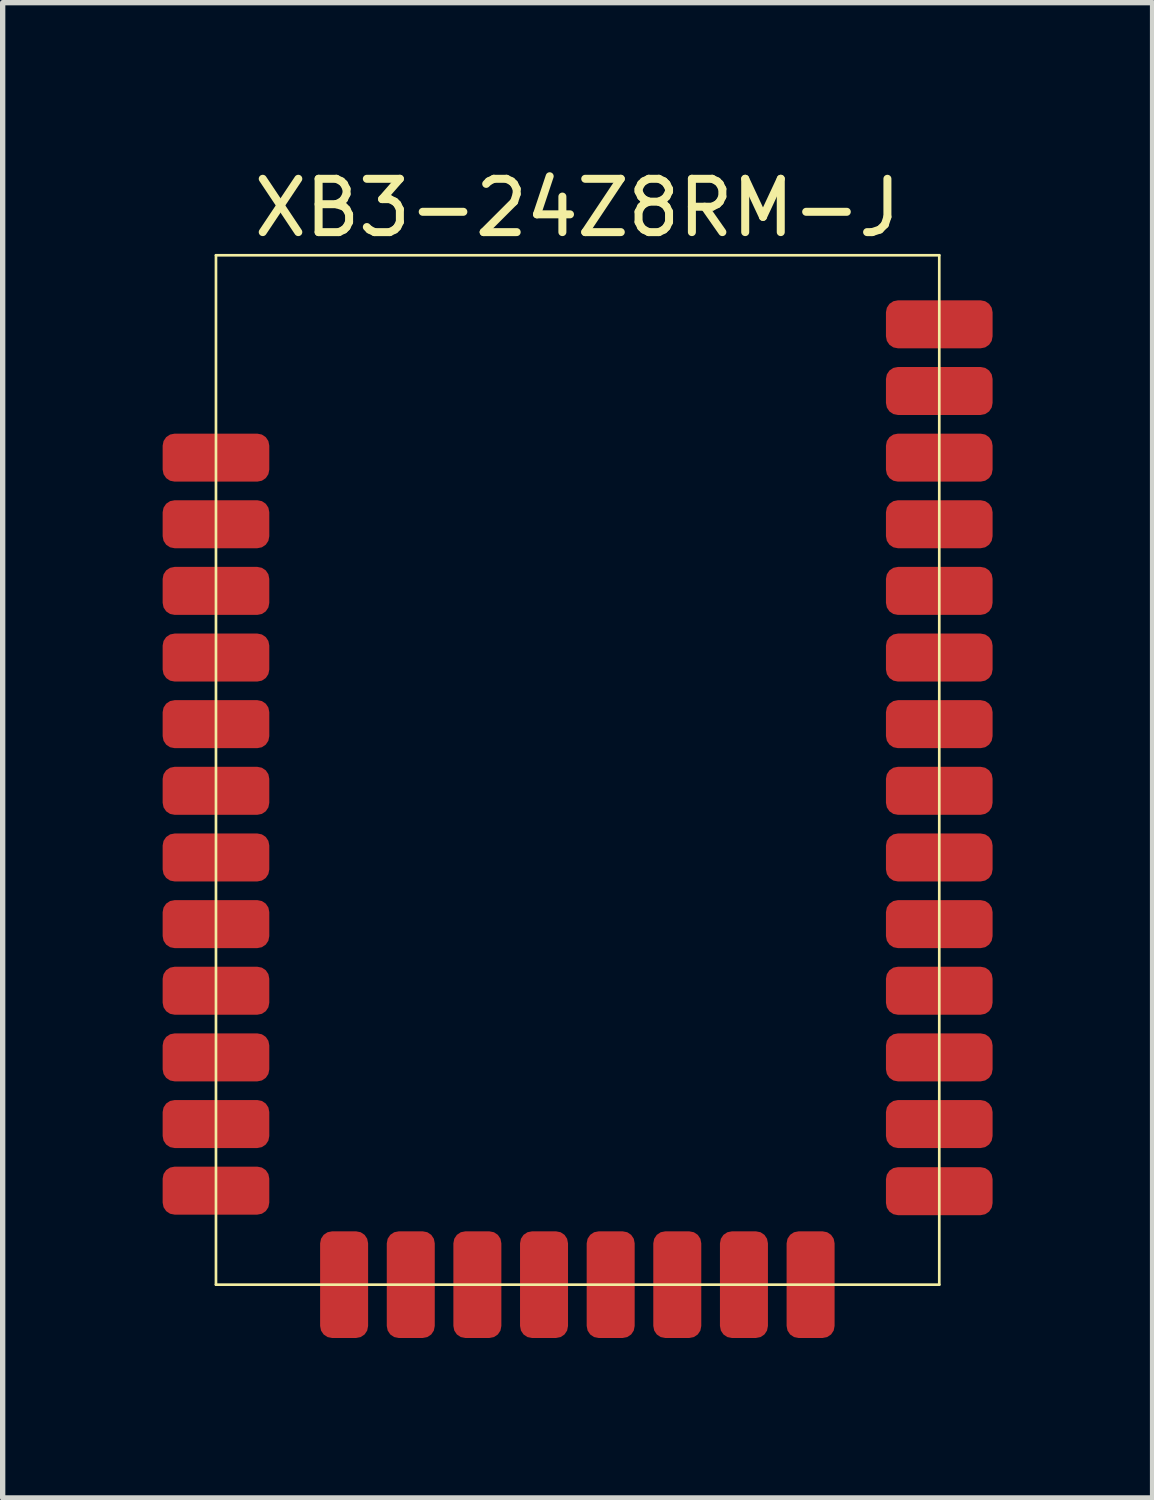
<source format=kicad_pcb>
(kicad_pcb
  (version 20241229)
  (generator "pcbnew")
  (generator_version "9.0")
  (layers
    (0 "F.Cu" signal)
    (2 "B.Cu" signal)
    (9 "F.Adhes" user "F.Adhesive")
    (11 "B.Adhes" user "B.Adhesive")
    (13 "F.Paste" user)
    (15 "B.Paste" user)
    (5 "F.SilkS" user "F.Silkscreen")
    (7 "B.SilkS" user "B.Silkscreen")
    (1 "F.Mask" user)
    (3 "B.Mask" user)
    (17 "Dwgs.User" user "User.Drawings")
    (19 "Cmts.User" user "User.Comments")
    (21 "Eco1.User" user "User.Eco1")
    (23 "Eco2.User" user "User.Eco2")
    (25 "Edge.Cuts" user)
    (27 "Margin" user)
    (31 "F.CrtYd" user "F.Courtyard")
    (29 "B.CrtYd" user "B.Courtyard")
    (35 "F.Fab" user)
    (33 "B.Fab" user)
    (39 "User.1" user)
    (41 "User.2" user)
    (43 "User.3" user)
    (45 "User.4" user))
  (footprint "XB3-24Z8RM-J"
    (layer "F.Cu")
    (at 7.782 11.389)
    (property "Reference" "XB3-24Z8RM-J" (at 0 -10.541 0) (layer "F.SilkS") (effects (font (size 1 1) (thickness 0.15))))
    (attr smd)
    (fp_line (start -6.782 -9.652) (end -6.782 9.652) (stroke (width 0.05) (type solid)) (layer "F.SilkS"))
    (fp_line (start -6.782 -9.652) (end 6.782 -9.652) (stroke (width 0.05) (type solid)) (layer "F.SilkS"))
    (fp_line (start -6.782 9.652) (end 6.782 9.652) (stroke (width 0.05) (type solid)) (layer "F.SilkS"))
    (fp_line (start 6.782 -9.652) (end 6.782 9.652) (stroke (width 0.05) (type solid)) (layer "F.SilkS"))
    (pad "1" smd roundrect (at -6.782 -5.857) (size 2 0.9) (layers "F.Cu" "F.Mask" "F.Paste") (roundrect_rratio 0.25))
    (pad "2" smd roundrect (at -6.782 -4.608) (size 2 0.9) (layers "F.Cu" "F.Mask" "F.Paste") (roundrect_rratio 0.25))
    (pad "3" smd roundrect (at -6.782 -3.358) (size 2 0.9) (layers "F.Cu" "F.Mask" "F.Paste") (roundrect_rratio 0.25))
    (pad "4" smd roundrect (at -6.782 -2.108) (size 2 0.9) (layers "F.Cu" "F.Mask" "F.Paste") (roundrect_rratio 0.25))
    (pad "5" connect roundrect (at -6.782 -0.859) (size 2 0.9) (layers "F.Cu" "F.Mask") (roundrect_rratio 0.25))
    (pad "6" smd roundrect (at -6.782 0.391) (size 2 0.9) (layers "F.Cu" "F.Mask" "F.Paste") (roundrect_rratio 0.25))
    (pad "7" smd roundrect (at -6.782 1.641) (size 2 0.9) (layers "F.Cu" "F.Mask" "F.Paste") (roundrect_rratio 0.25))
    (pad "8" smd roundrect (at -6.782 2.891) (size 2 0.9) (layers "F.Cu" "F.Mask" "F.Paste") (roundrect_rratio 0.25))
    (pad "9" smd roundrect (at -6.782 4.14) (size 2 0.9) (layers "F.Cu" "F.Mask" "F.Paste") (roundrect_rratio 0.25))
    (pad "10" smd roundrect (at -6.782 5.39) (size 2 0.9) (layers "F.Cu" "F.Mask" "F.Paste") (roundrect_rratio 0.25))
    (pad "11" smd roundrect (at -6.782 6.64) (size 2 0.9) (layers "F.Cu" "F.Mask" "F.Paste") (roundrect_rratio 0.25))
    (pad "12" smd roundrect (at -6.782 7.889) (size 2 0.9) (layers "F.Cu" "F.Mask" "F.Paste") (roundrect_rratio 0.25))
    (pad "13" smd roundrect (at -4.379 9.652) (size 0.9 2) (layers "F.Cu" "F.Mask" "F.Paste") (roundrect_rratio 0.25))
    (pad "14" smd roundrect (at -3.129 9.652) (size 0.9 2) (layers "F.Cu" "F.Mask" "F.Paste") (roundrect_rratio 0.25))
    (pad "15" smd roundrect (at -1.88 9.652) (size 0.9 2) (layers "F.Cu" "F.Mask" "F.Paste") (roundrect_rratio 0.25))
    (pad "16" smd roundrect (at -0.63 9.652) (size 0.9 2) (layers "F.Cu" "F.Mask" "F.Paste") (roundrect_rratio 0.25))
    (pad "17" smd roundrect (at 0.62 9.652) (size 0.9 2) (layers "F.Cu" "F.Mask" "F.Paste") (roundrect_rratio 0.25))
    (pad "18" smd roundrect (at 1.869 9.652) (size 0.9 2) (layers "F.Cu" "F.Mask" "F.Paste") (roundrect_rratio 0.25))
    (pad "19" smd roundrect (at 3.119 9.652) (size 0.9 2) (layers "F.Cu" "F.Mask" "F.Paste") (roundrect_rratio 0.25))
    (pad "20" smd roundrect (at 4.369 9.652) (size 0.9 2) (layers "F.Cu" "F.Mask" "F.Paste") (roundrect_rratio 0.25))
    (pad "21" smd roundrect (at 6.782 7.899) (size 2 0.9) (layers "F.Cu" "F.Mask" "F.Paste") (roundrect_rratio 0.25))
    (pad "22" smd roundrect (at 6.782 6.64) (size 2 0.9) (layers "F.Cu" "F.Mask" "F.Paste") (roundrect_rratio 0.25))
    (pad "23" smd roundrect (at 6.782 5.39) (size 2 0.9) (layers "F.Cu" "F.Mask" "F.Paste") (roundrect_rratio 0.25))
    (pad "24" smd roundrect (at 6.782 4.14) (size 2 0.9) (layers "F.Cu" "F.Mask" "F.Paste") (roundrect_rratio 0.25))
    (pad "25" smd roundrect (at 6.782 2.891) (size 2 0.9) (layers "F.Cu" "F.Mask" "F.Paste") (roundrect_rratio 0.25))
    (pad "26" smd roundrect (at 6.782 1.641) (size 2 0.9) (layers "F.Cu" "F.Mask" "F.Paste") (roundrect_rratio 0.25))
    (pad "27" smd roundrect (at 6.782 0.391) (size 2 0.9) (layers "F.Cu" "F.Mask" "F.Paste") (roundrect_rratio 0.25))
    (pad "28" smd roundrect (at 6.782 -0.859) (size 2 0.9) (layers "F.Cu" "F.Mask" "F.Paste") (roundrect_rratio 0.25))
    (pad "29" smd roundrect (at 6.782 -2.108) (size 2 0.9) (layers "F.Cu" "F.Mask" "F.Paste") (roundrect_rratio 0.25))
    (pad "30" smd roundrect (at 6.782 -3.358) (size 2 0.9) (layers "F.Cu" "F.Mask" "F.Paste") (roundrect_rratio 0.25))
    (pad "31" smd roundrect (at 6.782 -4.608) (size 2 0.9) (layers "F.Cu" "F.Mask" "F.Paste") (roundrect_rratio 0.25))
    (pad "32" smd roundrect (at 6.782 -5.857) (size 2 0.9) (layers "F.Cu" "F.Mask" "F.Paste") (roundrect_rratio 0.25))
    (pad "33" smd roundrect (at 6.782 -7.107) (size 2 0.9) (layers "F.Cu" "F.Mask" "F.Paste") (roundrect_rratio 0.25))
    (pad "34" smd roundrect (at 6.782 -8.357) (size 2 0.9) (layers "F.Cu" "F.Mask" "F.Paste") (roundrect_rratio 0.25)))
  (gr_rect
    (start -3 -3)
    (end 18.564 25.041)
    (stroke (width 0.1) (type default))
    (fill no)
    (layer "Edge.Cuts")))
</source>
